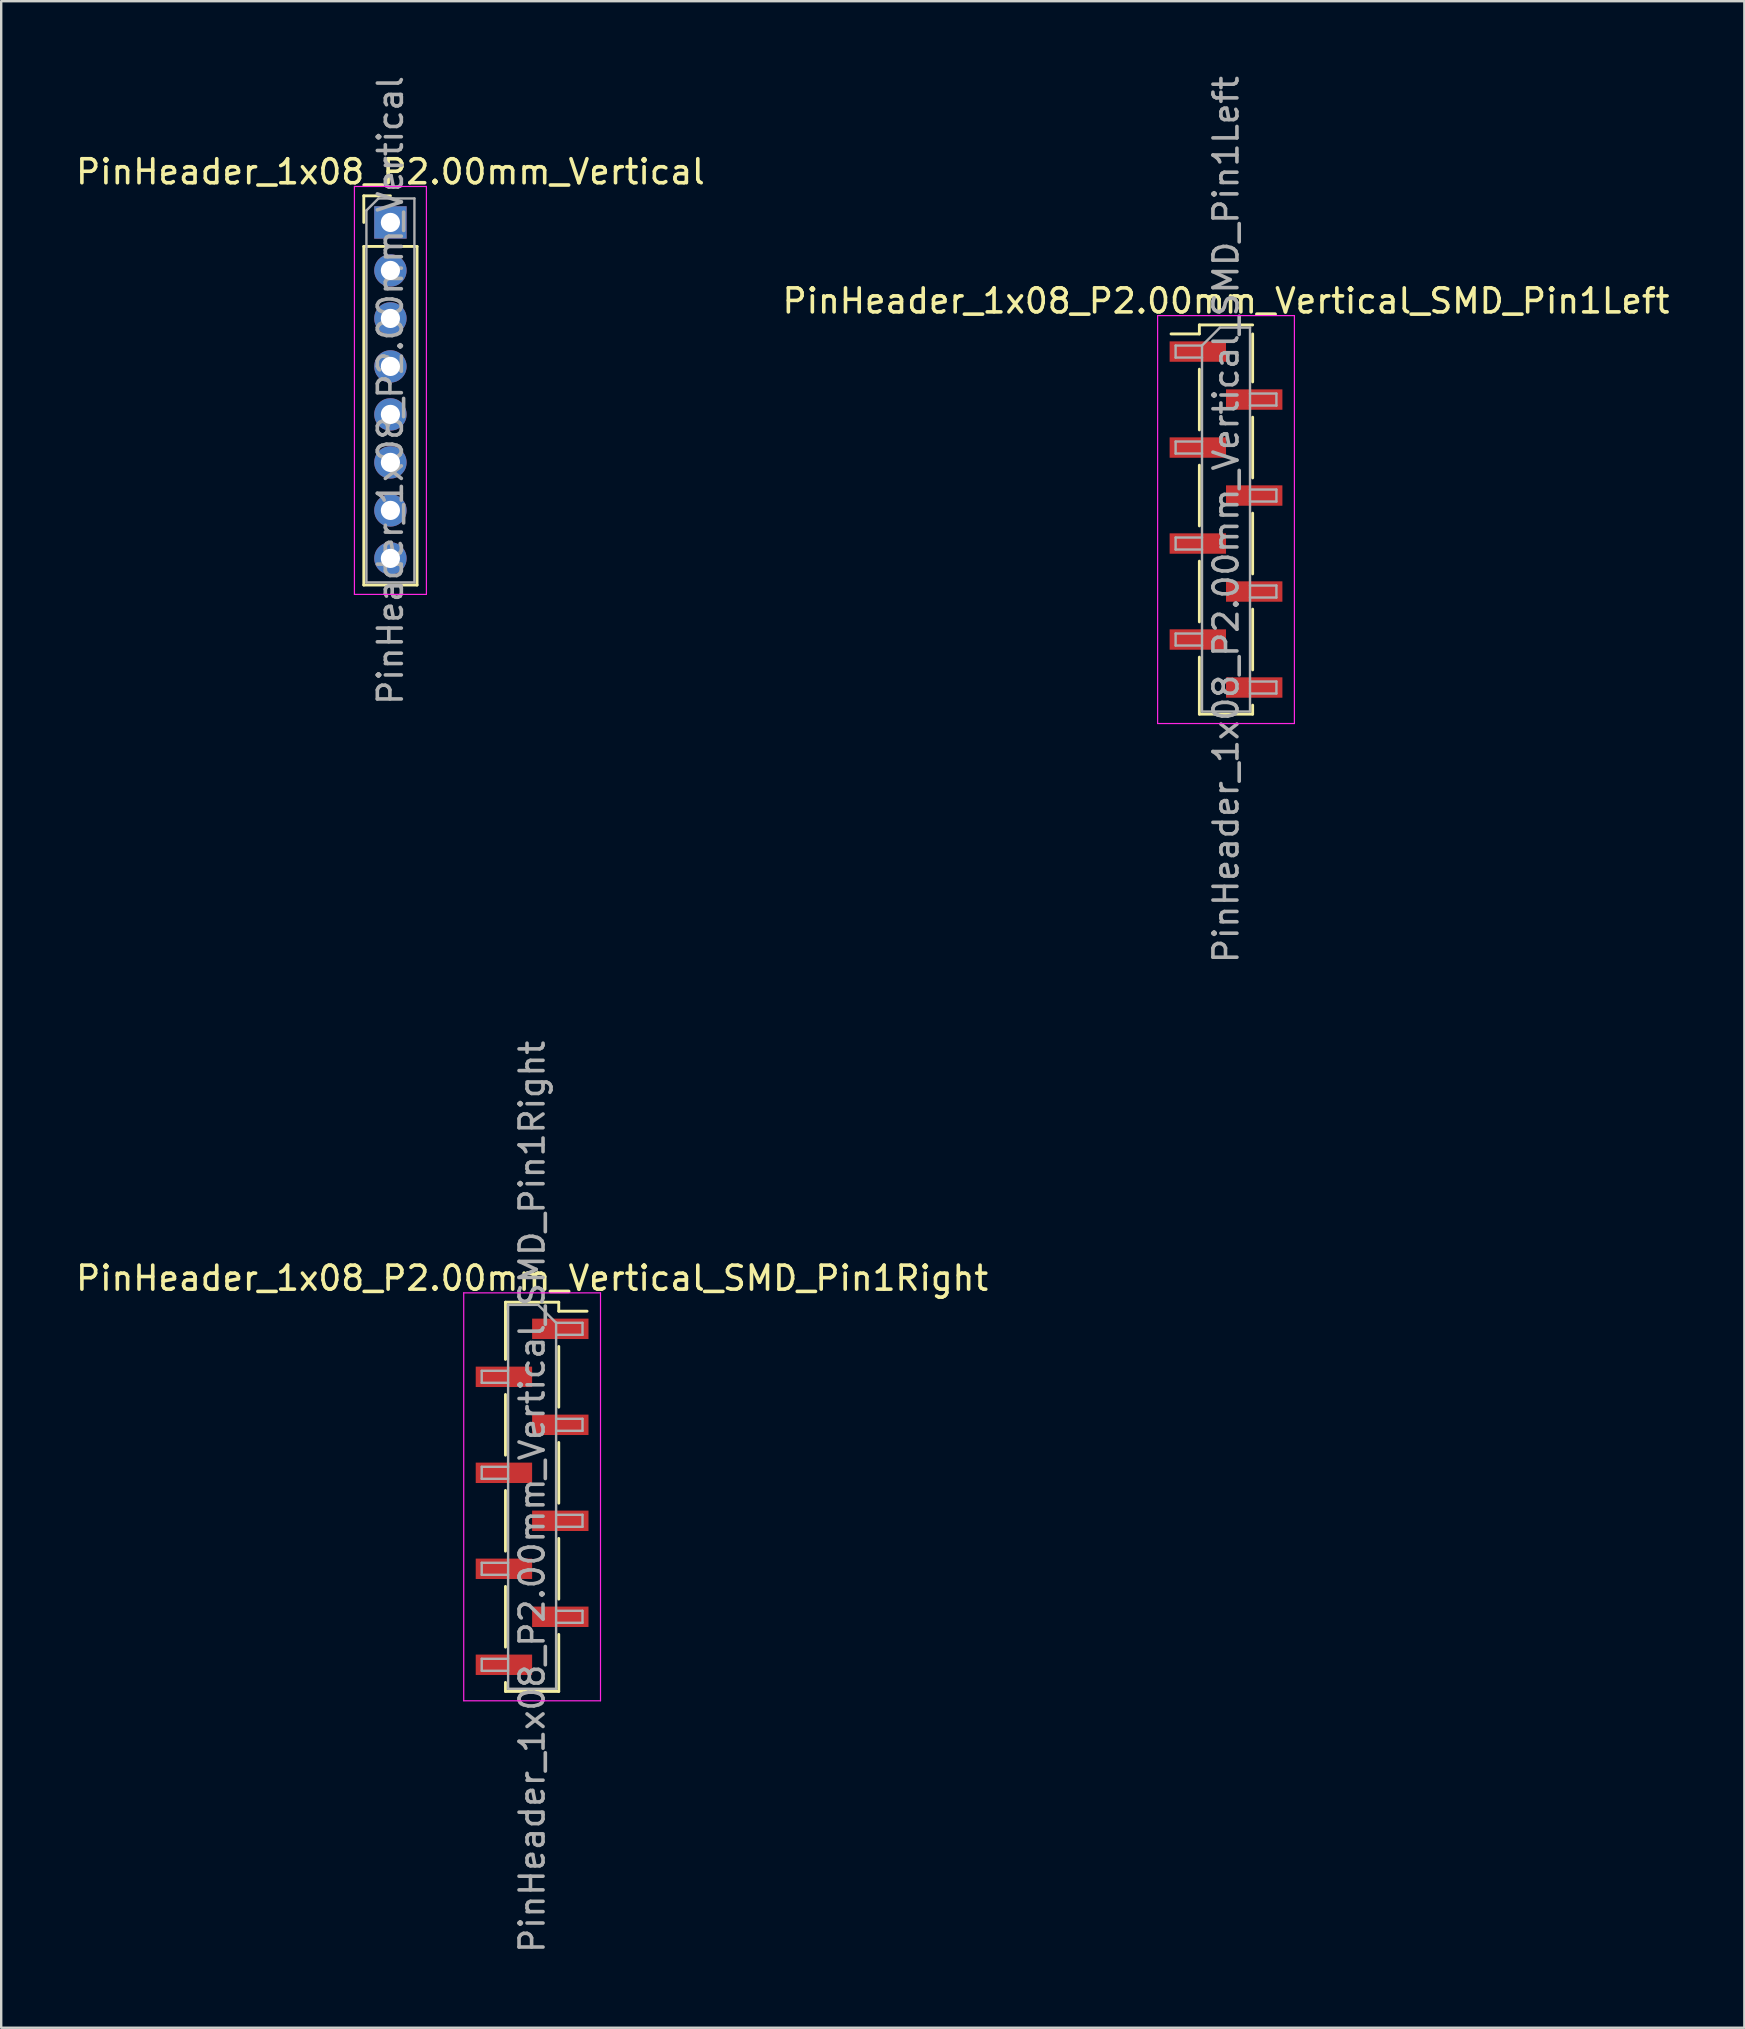
<source format=kicad_pcb>
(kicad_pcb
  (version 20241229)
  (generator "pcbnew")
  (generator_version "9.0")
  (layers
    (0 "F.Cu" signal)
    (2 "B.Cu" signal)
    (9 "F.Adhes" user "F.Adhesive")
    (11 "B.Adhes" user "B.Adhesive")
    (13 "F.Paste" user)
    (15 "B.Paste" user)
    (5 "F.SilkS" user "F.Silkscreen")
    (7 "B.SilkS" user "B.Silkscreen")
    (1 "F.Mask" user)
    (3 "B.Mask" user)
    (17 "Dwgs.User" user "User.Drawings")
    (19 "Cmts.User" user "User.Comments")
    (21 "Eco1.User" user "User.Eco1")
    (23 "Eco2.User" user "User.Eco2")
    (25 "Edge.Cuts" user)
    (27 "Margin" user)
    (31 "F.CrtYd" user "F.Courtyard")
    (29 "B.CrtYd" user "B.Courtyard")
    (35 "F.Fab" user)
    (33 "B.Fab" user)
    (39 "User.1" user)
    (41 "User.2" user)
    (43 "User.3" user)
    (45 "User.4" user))
  (footprint "PinHeader_1x08_P2.00mm_Vertical"
    (layer "F.Cu")
    (at 13.22 6.22)
    (property "Reference" "PinHeader_1x08_P2.00mm_Vertical" (at 0 -2.11 0) (layer "F.SilkS") (effects (font (size 1 1) (thickness 0.15))))
    (attr through_hole)
    (fp_line (start -1.11 -1.11) (end 0 -1.11) (stroke (width 0.12) (type solid)) (layer "F.SilkS"))
    (fp_line (start -1.11 0) (end -1.11 -1.11) (stroke (width 0.12) (type solid)) (layer "F.SilkS"))
    (fp_line (start -1.11 1) (end -1.11 15.11) (stroke (width 0.12) (type solid)) (layer "F.SilkS"))
    (fp_line (start -1.11 1) (end 1.11 1) (stroke (width 0.12) (type solid)) (layer "F.SilkS"))
    (fp_line (start -1.11 15.11) (end 1.11 15.11) (stroke (width 0.12) (type solid)) (layer "F.SilkS"))
    (fp_line (start 1.11 1) (end 1.11 15.11) (stroke (width 0.12) (type solid)) (layer "F.SilkS"))
    (fp_line (start -1.5 -1.5) (end -1.5 15.5) (stroke (width 0.05) (type solid)) (layer "F.CrtYd"))
    (fp_line (start -1.5 15.5) (end 1.5 15.5) (stroke (width 0.05) (type solid)) (layer "F.CrtYd"))
    (fp_line (start 1.5 -1.5) (end -1.5 -1.5) (stroke (width 0.05) (type solid)) (layer "F.CrtYd"))
    (fp_line (start 1.5 15.5) (end 1.5 -1.5) (stroke (width 0.05) (type solid)) (layer "F.CrtYd"))
    (fp_line (start -1 -0.5) (end -0.5 -1) (stroke (width 0.1) (type solid)) (layer "F.Fab"))
    (fp_line (start -1 15) (end -1 -0.5) (stroke (width 0.1) (type solid)) (layer "F.Fab"))
    (fp_line (start -0.5 -1) (end 1 -1) (stroke (width 0.1) (type solid)) (layer "F.Fab"))
    (fp_line (start 1 -1) (end 1 15) (stroke (width 0.1) (type solid)) (layer "F.Fab"))
    (fp_line (start 1 15) (end -1 15) (stroke (width 0.1) (type solid)) (layer "F.Fab"))
    (fp_text user "${REFERENCE}" (at 0 7 90) (layer "F.Fab") (effects (font (size 1 1) (thickness 0.15))))
    (pad "1" thru_hole rect (at 0 0) (size 1.35 1.35) (drill 0.8) (layers "*.Cu" "*.Mask"))
    (pad "2" thru_hole circle (at 0 2) (size 1.35 1.35) (drill 0.8) (layers "*.Cu" "*.Mask"))
    (pad "3" thru_hole circle (at 0 4) (size 1.35 1.35) (drill 0.8) (layers "*.Cu" "*.Mask"))
    (pad "4" thru_hole circle (at 0 6) (size 1.35 1.35) (drill 0.8) (layers "*.Cu" "*.Mask"))
    (pad "5" thru_hole circle (at 0 8) (size 1.35 1.35) (drill 0.8) (layers "*.Cu" "*.Mask"))
    (pad "6" thru_hole circle (at 0 10) (size 1.35 1.35) (drill 0.8) (layers "*.Cu" "*.Mask"))
    (pad "7" thru_hole circle (at 0 12) (size 1.35 1.35) (drill 0.8) (layers "*.Cu" "*.Mask"))
    (pad "8" thru_hole circle (at 0 14) (size 1.35 1.35) (drill 0.8) (layers "*.Cu" "*.Mask")))
  (footprint "PinHeader_1x08_P2.00mm_Vertical_SMD_Pin1Left"
    (layer "F.Cu")
    (at 48.042 18.601)
    (property "Reference" "PinHeader_1x08_P2.00mm_Vertical_SMD_Pin1Left" (at 0 -9.11 0) (layer "F.SilkS") (effects (font (size 1 1) (thickness 0.15))))
    (attr smd)
    (fp_line (start -1.11 -8.11) (end -1.11 -7.735) (stroke (width 0.12) (type solid)) (layer "F.SilkS"))
    (fp_line (start -1.11 -8.11) (end 1.11 -8.11) (stroke (width 0.12) (type solid)) (layer "F.SilkS"))
    (fp_line (start -1.11 -7.735) (end -2.29 -7.735) (stroke (width 0.12) (type solid)) (layer "F.SilkS"))
    (fp_line (start -1.11 -6.265) (end -1.11 -3.735) (stroke (width 0.12) (type solid)) (layer "F.SilkS"))
    (fp_line (start -1.11 -2.265) (end -1.11 0.265) (stroke (width 0.12) (type solid)) (layer "F.SilkS"))
    (fp_line (start -1.11 1.735) (end -1.11 4.265) (stroke (width 0.12) (type solid)) (layer "F.SilkS"))
    (fp_line (start -1.11 5.735) (end -1.11 8.11) (stroke (width 0.12) (type solid)) (layer "F.SilkS"))
    (fp_line (start -1.11 8.11) (end 1.11 8.11) (stroke (width 0.12) (type solid)) (layer "F.SilkS"))
    (fp_line (start 1.11 -7.735) (end 1.11 -5.735) (stroke (width 0.12) (type solid)) (layer "F.SilkS"))
    (fp_line (start 1.11 -4.265) (end 1.11 -1.735) (stroke (width 0.12) (type solid)) (layer "F.SilkS"))
    (fp_line (start 1.11 -0.265) (end 1.11 2.265) (stroke (width 0.12) (type solid)) (layer "F.SilkS"))
    (fp_line (start 1.11 3.735) (end 1.11 6.265) (stroke (width 0.12) (type solid)) (layer "F.SilkS"))
    (fp_line (start 1.11 7.735) (end 1.11 8.11) (stroke (width 0.12) (type solid)) (layer "F.SilkS"))
    (fp_line (start -2.85 -8.5) (end -2.85 8.5) (stroke (width 0.05) (type solid)) (layer "F.CrtYd"))
    (fp_line (start -2.85 8.5) (end 2.85 8.5) (stroke (width 0.05) (type solid)) (layer "F.CrtYd"))
    (fp_line (start 2.85 -8.5) (end -2.85 -8.5) (stroke (width 0.05) (type solid)) (layer "F.CrtYd"))
    (fp_line (start 2.85 8.5) (end 2.85 -8.5) (stroke (width 0.05) (type solid)) (layer "F.CrtYd"))
    (fp_line (start -2.1 -7.25) (end -2.1 -6.75) (stroke (width 0.1) (type solid)) (layer "F.Fab"))
    (fp_line (start -2.1 -6.75) (end -1 -6.75) (stroke (width 0.1) (type solid)) (layer "F.Fab"))
    (fp_line (start -2.1 -3.25) (end -2.1 -2.75) (stroke (width 0.1) (type solid)) (layer "F.Fab"))
    (fp_line (start -2.1 -2.75) (end -1 -2.75) (stroke (width 0.1) (type solid)) (layer "F.Fab"))
    (fp_line (start -2.1 0.75) (end -2.1 1.25) (stroke (width 0.1) (type solid)) (layer "F.Fab"))
    (fp_line (start -2.1 1.25) (end -1 1.25) (stroke (width 0.1) (type solid)) (layer "F.Fab"))
    (fp_line (start -2.1 4.75) (end -2.1 5.25) (stroke (width 0.1) (type solid)) (layer "F.Fab"))
    (fp_line (start -2.1 5.25) (end -1 5.25) (stroke (width 0.1) (type solid)) (layer "F.Fab"))
    (fp_line (start -1 -7.25) (end -2.1 -7.25) (stroke (width 0.1) (type solid)) (layer "F.Fab"))
    (fp_line (start -1 -7.25) (end -0.25 -8) (stroke (width 0.1) (type solid)) (layer "F.Fab"))
    (fp_line (start -1 -3.25) (end -2.1 -3.25) (stroke (width 0.1) (type solid)) (layer "F.Fab"))
    (fp_line (start -1 0.75) (end -2.1 0.75) (stroke (width 0.1) (type solid)) (layer "F.Fab"))
    (fp_line (start -1 4.75) (end -2.1 4.75) (stroke (width 0.1) (type solid)) (layer "F.Fab"))
    (fp_line (start -1 8) (end -1 -7.25) (stroke (width 0.1) (type solid)) (layer "F.Fab"))
    (fp_line (start -0.25 -8) (end 1 -8) (stroke (width 0.1) (type solid)) (layer "F.Fab"))
    (fp_line (start 1 -8) (end 1 8) (stroke (width 0.1) (type solid)) (layer "F.Fab"))
    (fp_line (start 1 -5.25) (end 2.1 -5.25) (stroke (width 0.1) (type solid)) (layer "F.Fab"))
    (fp_line (start 1 -1.25) (end 2.1 -1.25) (stroke (width 0.1) (type solid)) (layer "F.Fab"))
    (fp_line (start 1 2.75) (end 2.1 2.75) (stroke (width 0.1) (type solid)) (layer "F.Fab"))
    (fp_line (start 1 6.75) (end 2.1 6.75) (stroke (width 0.1) (type solid)) (layer "F.Fab"))
    (fp_line (start 1 8) (end -1 8) (stroke (width 0.1) (type solid)) (layer "F.Fab"))
    (fp_line (start 2.1 -5.25) (end 2.1 -4.75) (stroke (width 0.1) (type solid)) (layer "F.Fab"))
    (fp_line (start 2.1 -4.75) (end 1 -4.75) (stroke (width 0.1) (type solid)) (layer "F.Fab"))
    (fp_line (start 2.1 -1.25) (end 2.1 -0.75) (stroke (width 0.1) (type solid)) (layer "F.Fab"))
    (fp_line (start 2.1 -0.75) (end 1 -0.75) (stroke (width 0.1) (type solid)) (layer "F.Fab"))
    (fp_line (start 2.1 2.75) (end 2.1 3.25) (stroke (width 0.1) (type solid)) (layer "F.Fab"))
    (fp_line (start 2.1 3.25) (end 1 3.25) (stroke (width 0.1) (type solid)) (layer "F.Fab"))
    (fp_line (start 2.1 6.75) (end 2.1 7.25) (stroke (width 0.1) (type solid)) (layer "F.Fab"))
    (fp_line (start 2.1 7.25) (end 1 7.25) (stroke (width 0.1) (type solid)) (layer "F.Fab"))
    (fp_text user "${REFERENCE}" (at 0 0 90) (layer "F.Fab") (effects (font (size 1 1) (thickness 0.15))))
    (pad "1" smd rect (at -1.175 -7) (size 2.35 0.85) (layers "F.Cu" "F.Mask" "F.Paste"))
    (pad "2" smd rect (at 1.175 -5) (size 2.35 0.85) (layers "F.Cu" "F.Mask" "F.Paste"))
    (pad "3" smd rect (at -1.175 -3) (size 2.35 0.85) (layers "F.Cu" "F.Mask" "F.Paste"))
    (pad "4" smd rect (at 1.175 -1) (size 2.35 0.85) (layers "F.Cu" "F.Mask" "F.Paste"))
    (pad "5" smd rect (at -1.175 1) (size 2.35 0.85) (layers "F.Cu" "F.Mask" "F.Paste"))
    (pad "6" smd rect (at 1.175 3) (size 2.35 0.85) (layers "F.Cu" "F.Mask" "F.Paste"))
    (pad "7" smd rect (at -1.175 5) (size 2.35 0.85) (layers "F.Cu" "F.Mask" "F.Paste"))
    (pad "8" smd rect (at 1.175 7) (size 2.35 0.85) (layers "F.Cu" "F.Mask" "F.Paste")))
  (footprint "PinHeader_1x08_P2.00mm_Vertical_SMD_Pin1Right"
    (layer "F.Cu")
    (at 19.125 59.327)
    (property "Reference" "PinHeader_1x08_P2.00mm_Vertical_SMD_Pin1Right" (at 0 -9.11 0) (layer "F.SilkS") (effects (font (size 1 1) (thickness 0.15))))
    (attr smd)
    (fp_line (start -1.11 -8.11) (end -1.11 -5.735) (stroke (width 0.12) (type solid)) (layer "F.SilkS"))
    (fp_line (start -1.11 -8.11) (end 1.11 -8.11) (stroke (width 0.12) (type solid)) (layer "F.SilkS"))
    (fp_line (start -1.11 -7.735) (end -1.11 -5.735) (stroke (width 0.12) (type solid)) (layer "F.SilkS"))
    (fp_line (start -1.11 -4.265) (end -1.11 -1.735) (stroke (width 0.12) (type solid)) (layer "F.SilkS"))
    (fp_line (start -1.11 -0.265) (end -1.11 2.265) (stroke (width 0.12) (type solid)) (layer "F.SilkS"))
    (fp_line (start -1.11 3.735) (end -1.11 6.265) (stroke (width 0.12) (type solid)) (layer "F.SilkS"))
    (fp_line (start -1.11 7.735) (end -1.11 8.11) (stroke (width 0.12) (type solid)) (layer "F.SilkS"))
    (fp_line (start -1.11 8.11) (end 1.11 8.11) (stroke (width 0.12) (type solid)) (layer "F.SilkS"))
    (fp_line (start 1.11 -8.11) (end 1.11 -7.735) (stroke (width 0.12) (type solid)) (layer "F.SilkS"))
    (fp_line (start 1.11 -7.735) (end 2.29 -7.735) (stroke (width 0.12) (type solid)) (layer "F.SilkS"))
    (fp_line (start 1.11 -6.265) (end 1.11 -3.735) (stroke (width 0.12) (type solid)) (layer "F.SilkS"))
    (fp_line (start 1.11 -2.265) (end 1.11 0.265) (stroke (width 0.12) (type solid)) (layer "F.SilkS"))
    (fp_line (start 1.11 1.735) (end 1.11 4.265) (stroke (width 0.12) (type solid)) (layer "F.SilkS"))
    (fp_line (start 1.11 5.735) (end 1.11 8.11) (stroke (width 0.12) (type solid)) (layer "F.SilkS"))
    (fp_line (start -2.85 -8.5) (end -2.85 8.5) (stroke (width 0.05) (type solid)) (layer "F.CrtYd"))
    (fp_line (start -2.85 8.5) (end 2.85 8.5) (stroke (width 0.05) (type solid)) (layer "F.CrtYd"))
    (fp_line (start 2.85 -8.5) (end -2.85 -8.5) (stroke (width 0.05) (type solid)) (layer "F.CrtYd"))
    (fp_line (start 2.85 8.5) (end 2.85 -8.5) (stroke (width 0.05) (type solid)) (layer "F.CrtYd"))
    (fp_line (start -2.1 -5.25) (end -2.1 -4.75) (stroke (width 0.1) (type solid)) (layer "F.Fab"))
    (fp_line (start -2.1 -4.75) (end -1 -4.75) (stroke (width 0.1) (type solid)) (layer "F.Fab"))
    (fp_line (start -2.1 -1.25) (end -2.1 -0.75) (stroke (width 0.1) (type solid)) (layer "F.Fab"))
    (fp_line (start -2.1 -0.75) (end -1 -0.75) (stroke (width 0.1) (type solid)) (layer "F.Fab"))
    (fp_line (start -2.1 2.75) (end -2.1 3.25) (stroke (width 0.1) (type solid)) (layer "F.Fab"))
    (fp_line (start -2.1 3.25) (end -1 3.25) (stroke (width 0.1) (type solid)) (layer "F.Fab"))
    (fp_line (start -2.1 6.75) (end -2.1 7.25) (stroke (width 0.1) (type solid)) (layer "F.Fab"))
    (fp_line (start -2.1 7.25) (end -1 7.25) (stroke (width 0.1) (type solid)) (layer "F.Fab"))
    (fp_line (start -1 -8) (end -1 8) (stroke (width 0.1) (type solid)) (layer "F.Fab"))
    (fp_line (start -1 -8) (end 0.25 -8) (stroke (width 0.1) (type solid)) (layer "F.Fab"))
    (fp_line (start -1 -5.25) (end -2.1 -5.25) (stroke (width 0.1) (type solid)) (layer "F.Fab"))
    (fp_line (start -1 -1.25) (end -2.1 -1.25) (stroke (width 0.1) (type solid)) (layer "F.Fab"))
    (fp_line (start -1 2.75) (end -2.1 2.75) (stroke (width 0.1) (type solid)) (layer "F.Fab"))
    (fp_line (start -1 6.75) (end -2.1 6.75) (stroke (width 0.1) (type solid)) (layer "F.Fab"))
    (fp_line (start 1 -7.25) (end 0.25 -8) (stroke (width 0.1) (type solid)) (layer "F.Fab"))
    (fp_line (start 1 -7.25) (end 2.1 -7.25) (stroke (width 0.1) (type solid)) (layer "F.Fab"))
    (fp_line (start 1 -3.25) (end 2.1 -3.25) (stroke (width 0.1) (type solid)) (layer "F.Fab"))
    (fp_line (start 1 0.75) (end 2.1 0.75) (stroke (width 0.1) (type solid)) (layer "F.Fab"))
    (fp_line (start 1 4.75) (end 2.1 4.75) (stroke (width 0.1) (type solid)) (layer "F.Fab"))
    (fp_line (start 1 8) (end -1 8) (stroke (width 0.1) (type solid)) (layer "F.Fab"))
    (fp_line (start 1 8) (end 1 -7.25) (stroke (width 0.1) (type solid)) (layer "F.Fab"))
    (fp_line (start 2.1 -7.25) (end 2.1 -6.75) (stroke (width 0.1) (type solid)) (layer "F.Fab"))
    (fp_line (start 2.1 -6.75) (end 1 -6.75) (stroke (width 0.1) (type solid)) (layer "F.Fab"))
    (fp_line (start 2.1 -3.25) (end 2.1 -2.75) (stroke (width 0.1) (type solid)) (layer "F.Fab"))
    (fp_line (start 2.1 -2.75) (end 1 -2.75) (stroke (width 0.1) (type solid)) (layer "F.Fab"))
    (fp_line (start 2.1 0.75) (end 2.1 1.25) (stroke (width 0.1) (type solid)) (layer "F.Fab"))
    (fp_line (start 2.1 1.25) (end 1 1.25) (stroke (width 0.1) (type solid)) (layer "F.Fab"))
    (fp_line (start 2.1 4.75) (end 2.1 5.25) (stroke (width 0.1) (type solid)) (layer "F.Fab"))
    (fp_line (start 2.1 5.25) (end 1 5.25) (stroke (width 0.1) (type solid)) (layer "F.Fab"))
    (fp_text user "${REFERENCE}" (at 0 0 90) (layer "F.Fab") (effects (font (size 1 1) (thickness 0.15))))
    (pad "1" smd rect (at 1.175 -7) (size 2.35 0.85) (layers "F.Cu" "F.Mask" "F.Paste"))
    (pad "2" smd rect (at -1.175 -5) (size 2.35 0.85) (layers "F.Cu" "F.Mask" "F.Paste"))
    (pad "3" smd rect (at 1.175 -3) (size 2.35 0.85) (layers "F.Cu" "F.Mask" "F.Paste"))
    (pad "4" smd rect (at -1.175 -1) (size 2.35 0.85) (layers "F.Cu" "F.Mask" "F.Paste"))
    (pad "5" smd rect (at 1.175 1) (size 2.35 0.85) (layers "F.Cu" "F.Mask" "F.Paste"))
    (pad "6" smd rect (at -1.175 3) (size 2.35 0.85) (layers "F.Cu" "F.Mask" "F.Paste"))
    (pad "7" smd rect (at 1.175 5) (size 2.35 0.85) (layers "F.Cu" "F.Mask" "F.Paste"))
    (pad "8" smd rect (at -1.175 7) (size 2.35 0.85) (layers "F.Cu" "F.Mask" "F.Paste")))
  (gr_rect
    (start -3 -3)
    (end 69.643 81.452)
    (stroke (width 0.1) (type default))
    (fill no)
    (layer "Edge.Cuts")))
</source>
